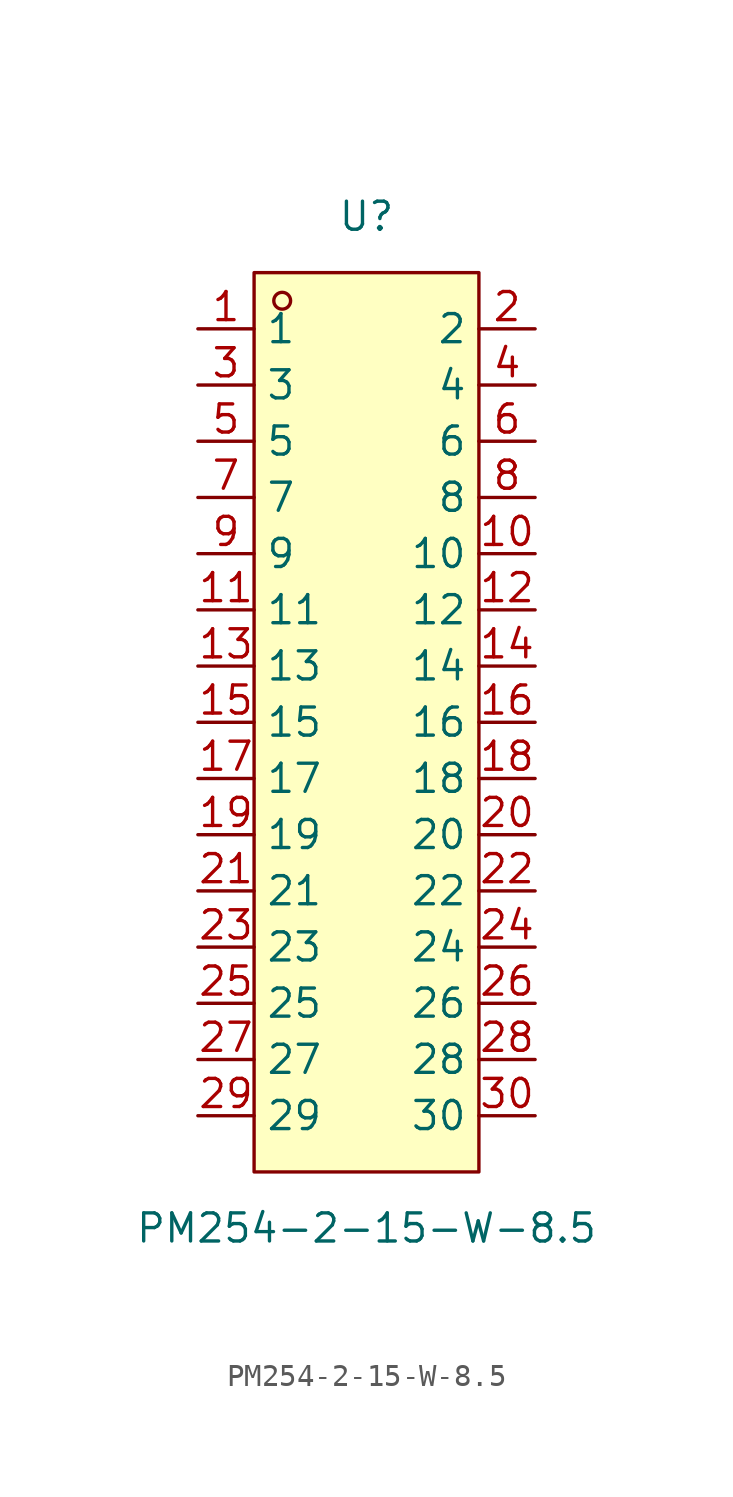
<source format=kicad_sym>
(kicad_symbol_lib
  (version 20211014)
  (generator https://github.com/uPesy/easyeda2kicad.py)
  (symbol "PM254-2-15-W-8.5"
    (property "Reference" "U"
      (at 0 22.86 0)
      (effects (font (size 1.27 1.27))))
    (property "Value" "PM254-2-15-W-8.5"
      (at 0 -22.86 0)
      (effects (font (size 1.27 1.27))))
    (symbol "PM254-2-15-W-8.5_0_1"
      (rectangle (start -5.08 20.32) (end 5.08 -20.32) (stroke (width 0) (type default) (color 0 0 0 0)) (fill (type background)))
      (circle (center -3.81 19.05) (radius 0.38) (stroke (width 0) (type default) (color 0 0 0 0)) (fill (type none)))
      (pin unspecified line (at -7.62 17.78 0) (length 2.54) (name "1" (effects (font (size 1.27 1.27)))) (number "1" (effects (font (size 1.27 1.27)))))
      (pin unspecified line (at 7.62 -17.78 180) (length 2.54) (name "30" (effects (font (size 1.27 1.27)))) (number "30" (effects (font (size 1.27 1.27)))))
      (pin unspecified line (at -7.62 15.24 0) (length 2.54) (name "3" (effects (font (size 1.27 1.27)))) (number "3" (effects (font (size 1.27 1.27)))))
      (pin unspecified line (at 7.62 -15.24 180) (length 2.54) (name "28" (effects (font (size 1.27 1.27)))) (number "28" (effects (font (size 1.27 1.27)))))
      (pin unspecified line (at -7.62 12.70 0) (length 2.54) (name "5" (effects (font (size 1.27 1.27)))) (number "5" (effects (font (size 1.27 1.27)))))
      (pin unspecified line (at 7.62 -12.70 180) (length 2.54) (name "26" (effects (font (size 1.27 1.27)))) (number "26" (effects (font (size 1.27 1.27)))))
      (pin unspecified line (at -7.62 10.16 0) (length 2.54) (name "7" (effects (font (size 1.27 1.27)))) (number "7" (effects (font (size 1.27 1.27)))))
      (pin unspecified line (at 7.62 -10.16 180) (length 2.54) (name "24" (effects (font (size 1.27 1.27)))) (number "24" (effects (font (size 1.27 1.27)))))
      (pin unspecified line (at -7.62 7.62 0) (length 2.54) (name "9" (effects (font (size 1.27 1.27)))) (number "9" (effects (font (size 1.27 1.27)))))
      (pin unspecified line (at 7.62 -7.62 180) (length 2.54) (name "22" (effects (font (size 1.27 1.27)))) (number "22" (effects (font (size 1.27 1.27)))))
      (pin unspecified line (at -7.62 5.08 0) (length 2.54) (name "11" (effects (font (size 1.27 1.27)))) (number "11" (effects (font (size 1.27 1.27)))))
      (pin unspecified line (at 7.62 -5.08 180) (length 2.54) (name "20" (effects (font (size 1.27 1.27)))) (number "20" (effects (font (size 1.27 1.27)))))
      (pin unspecified line (at -7.62 2.54 0) (length 2.54) (name "13" (effects (font (size 1.27 1.27)))) (number "13" (effects (font (size 1.27 1.27)))))
      (pin unspecified line (at 7.62 -2.54 180) (length 2.54) (name "18" (effects (font (size 1.27 1.27)))) (number "18" (effects (font (size 1.27 1.27)))))
      (pin unspecified line (at -7.62 -0.00 0) (length 2.54) (name "15" (effects (font (size 1.27 1.27)))) (number "15" (effects (font (size 1.27 1.27)))))
      (pin unspecified line (at 7.62 -0.00 180) (length 2.54) (name "16" (effects (font (size 1.27 1.27)))) (number "16" (effects (font (size 1.27 1.27)))))
      (pin unspecified line (at -7.62 -2.54 0) (length 2.54) (name "17" (effects (font (size 1.27 1.27)))) (number "17" (effects (font (size 1.27 1.27)))))
      (pin unspecified line (at 7.62 2.54 180) (length 2.54) (name "14" (effects (font (size 1.27 1.27)))) (number "14" (effects (font (size 1.27 1.27)))))
      (pin unspecified line (at -7.62 -5.08 0) (length 2.54) (name "19" (effects (font (size 1.27 1.27)))) (number "19" (effects (font (size 1.27 1.27)))))
      (pin unspecified line (at 7.62 5.08 180) (length 2.54) (name "12" (effects (font (size 1.27 1.27)))) (number "12" (effects (font (size 1.27 1.27)))))
      (pin unspecified line (at -7.62 -7.62 0) (length 2.54) (name "21" (effects (font (size 1.27 1.27)))) (number "21" (effects (font (size 1.27 1.27)))))
      (pin unspecified line (at 7.62 7.62 180) (length 2.54) (name "10" (effects (font (size 1.27 1.27)))) (number "10" (effects (font (size 1.27 1.27)))))
      (pin unspecified line (at -7.62 -10.16 0) (length 2.54) (name "23" (effects (font (size 1.27 1.27)))) (number "23" (effects (font (size 1.27 1.27)))))
      (pin unspecified line (at 7.62 10.16 180) (length 2.54) (name "8" (effects (font (size 1.27 1.27)))) (number "8" (effects (font (size 1.27 1.27)))))
      (pin unspecified line (at -7.62 -12.70 0) (length 2.54) (name "25" (effects (font (size 1.27 1.27)))) (number "25" (effects (font (size 1.27 1.27)))))
      (pin unspecified line (at 7.62 12.70 180) (length 2.54) (name "6" (effects (font (size 1.27 1.27)))) (number "6" (effects (font (size 1.27 1.27)))))
      (pin unspecified line (at -7.62 -15.24 0) (length 2.54) (name "27" (effects (font (size 1.27 1.27)))) (number "27" (effects (font (size 1.27 1.27)))))
      (pin unspecified line (at 7.62 15.24 180) (length 2.54) (name "4" (effects (font (size 1.27 1.27)))) (number "4" (effects (font (size 1.27 1.27)))))
      (pin unspecified line (at -7.62 -17.78 0) (length 2.54) (name "29" (effects (font (size 1.27 1.27)))) (number "29" (effects (font (size 1.27 1.27)))))
      (pin unspecified line (at 7.62 17.78 180) (length 2.54) (name "2" (effects (font (size 1.27 1.27)))) (number "2" (effects (font (size 1.27 1.27))))))))
</source>
